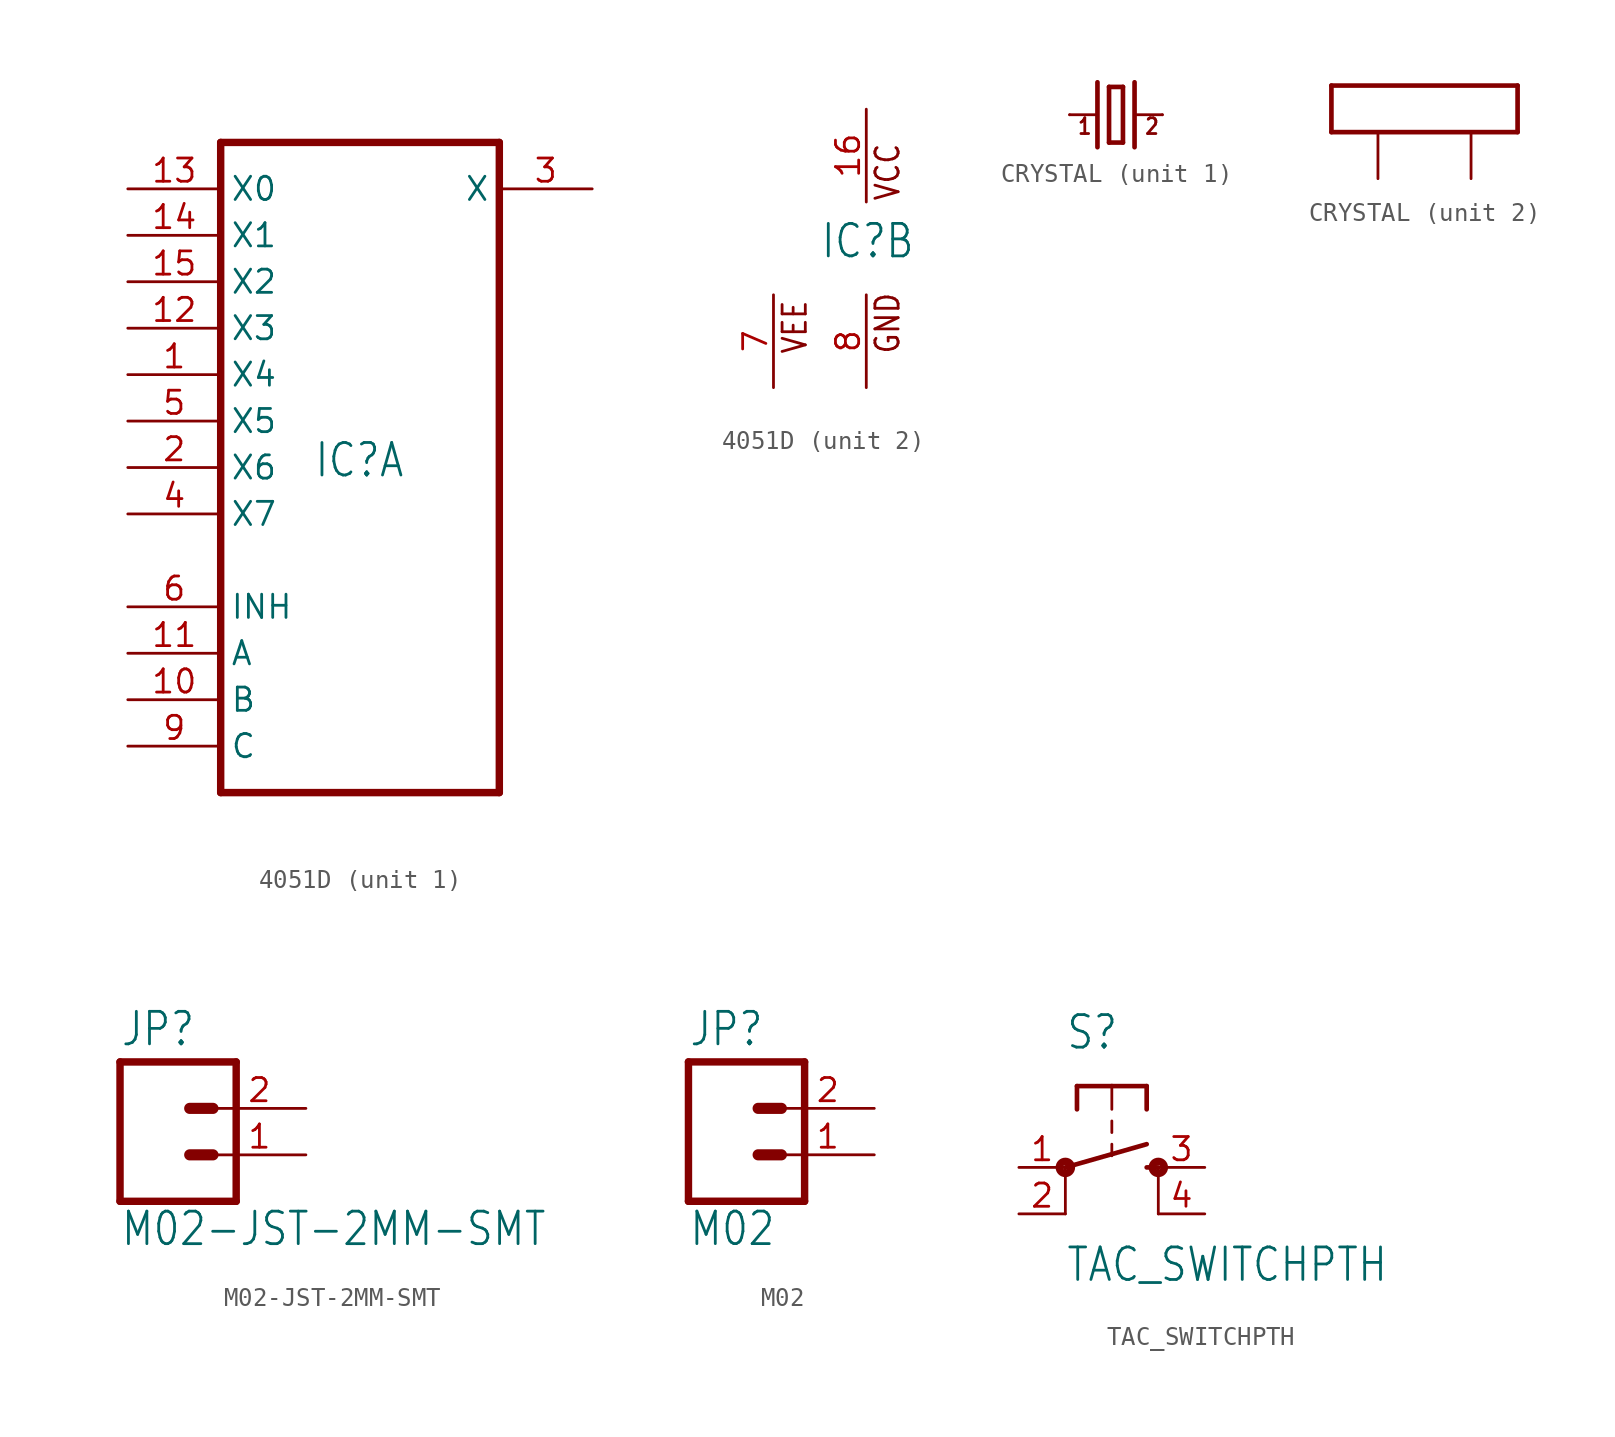
<source format=kicad_sym>
(kicad_symbol_lib
  (version 20211014)
  (generator kicad_symbol_editor)
  (symbol "4051D"
    (property "Reference" "IC"
      (at -2.54 -0.635 0)
      (effects (font (size 1.778 1.511)) (justify left bottom)))
    (property "ki_locked" ""
      (at 0 0 0)
      (effects (font (size 1.27 1.27))))
    (symbol "4051D_1_0"
      (polyline (pts (xy -7.62 -17.78) (xy 7.62 -17.78)) (stroke (width 0.406) (type default) (color 0 0 0 0)) (fill (type none)))
      (polyline (pts (xy -7.62 17.78) (xy -7.62 -17.78)) (stroke (width 0.406) (type default) (color 0 0 0 0)) (fill (type none)))
      (polyline (pts (xy 7.62 -17.78) (xy 7.62 17.78)) (stroke (width 0.406) (type default) (color 0 0 0 0)) (fill (type none)))
      (polyline (pts (xy 7.62 17.78) (xy -7.62 17.78)) (stroke (width 0.406) (type default) (color 0 0 0 0)) (fill (type none)))
      (pin bidirectional line (at -12.7 5.08 0) (length 5.08) (name "X4" (effects (font (size 1.27 1.27)))) (number "1" (effects (font (size 1.27 1.27)))))
      (pin input line (at -12.7 -12.7 0) (length 5.08) (name "B" (effects (font (size 1.27 1.27)))) (number "10" (effects (font (size 1.27 1.27)))))
      (pin input line (at -12.7 -10.16 0) (length 5.08) (name "A" (effects (font (size 1.27 1.27)))) (number "11" (effects (font (size 1.27 1.27)))))
      (pin bidirectional line (at -12.7 7.62 0) (length 5.08) (name "X3" (effects (font (size 1.27 1.27)))) (number "12" (effects (font (size 1.27 1.27)))))
      (pin bidirectional line (at -12.7 15.24 0) (length 5.08) (name "X0" (effects (font (size 1.27 1.27)))) (number "13" (effects (font (size 1.27 1.27)))))
      (pin bidirectional line (at -12.7 12.7 0) (length 5.08) (name "X1" (effects (font (size 1.27 1.27)))) (number "14" (effects (font (size 1.27 1.27)))))
      (pin bidirectional line (at -12.7 10.16 0) (length 5.08) (name "X2" (effects (font (size 1.27 1.27)))) (number "15" (effects (font (size 1.27 1.27)))))
      (pin bidirectional line (at -12.7 0 0) (length 5.08) (name "X6" (effects (font (size 1.27 1.27)))) (number "2" (effects (font (size 1.27 1.27)))))
      (pin bidirectional line (at 12.7 15.24 180) (length 5.08) (name "X" (effects (font (size 1.27 1.27)))) (number "3" (effects (font (size 1.27 1.27)))))
      (pin bidirectional line (at -12.7 -2.54 0) (length 5.08) (name "X7" (effects (font (size 1.27 1.27)))) (number "4" (effects (font (size 1.27 1.27)))))
      (pin bidirectional line (at -12.7 2.54 0) (length 5.08) (name "X5" (effects (font (size 1.27 1.27)))) (number "5" (effects (font (size 1.27 1.27)))))
      (pin input line (at -12.7 -7.62 0) (length 5.08) (name "INH" (effects (font (size 1.27 1.27)))) (number "6" (effects (font (size 1.27 1.27)))))
      (pin input line (at -12.7 -15.24 0) (length 5.08) (name "C" (effects (font (size 1.27 1.27)))) (number "9" (effects (font (size 1.27 1.27))))))
    (symbol "4051D_2_0"
      (text "GND" (at 1.905 -5.842 900) (effects (font (size 1.27 1.079)) (justify left bottom)))
      (text "VCC" (at 1.905 2.54 900) (effects (font (size 1.27 1.079)) (justify left bottom)))
      (text "VEE" (at -3.175 -5.842 900) (effects (font (size 1.27 1.079)) (justify left bottom)))
      (pin power_in line (at 0 7.62 270) (length 5.08) (name "VCC" (effects (font (size 0 0)))) (number "16" (effects (font (size 1.27 1.27)))))
      (pin power_in line (at -5.08 -7.62 90) (length 5.08) (name "VEE" (effects (font (size 0 0)))) (number "7" (effects (font (size 1.27 1.27)))))
      (pin power_in line (at 0 -7.62 90) (length 5.08) (name "GND" (effects (font (size 0 0)))) (number "8" (effects (font (size 1.27 1.27)))))))
  (symbol "CRYSTAL"
    (property "Reference" "Q"
      (at 2.54 1.016 0)
      (effects (font (size 1.778 1.511)) (justify left bottom) hide))
    (property "ki_locked" ""
      (at 0 0 0)
      (effects (font (size 1.27 1.27))))
    (symbol "CRYSTAL_1_0"
      (polyline (pts (xy -2.54 0) (xy -1.016 0)) (stroke (width 0.152) (type default) (color 0 0 0 0)) (fill (type none)))
      (polyline (pts (xy -1.016 1.778) (xy -1.016 -1.778)) (stroke (width 0.254) (type default) (color 0 0 0 0)) (fill (type none)))
      (polyline (pts (xy -0.381 -1.524) (xy 0.381 -1.524)) (stroke (width 0.254) (type default) (color 0 0 0 0)) (fill (type none)))
      (polyline (pts (xy -0.381 1.524) (xy -0.381 -1.524)) (stroke (width 0.254) (type default) (color 0 0 0 0)) (fill (type none)))
      (polyline (pts (xy 0.381 -1.524) (xy 0.381 1.524)) (stroke (width 0.254) (type default) (color 0 0 0 0)) (fill (type none)))
      (polyline (pts (xy 0.381 1.524) (xy -0.381 1.524)) (stroke (width 0.254) (type default) (color 0 0 0 0)) (fill (type none)))
      (polyline (pts (xy 1.016 0) (xy 2.54 0)) (stroke (width 0.152) (type default) (color 0 0 0 0)) (fill (type none)))
      (polyline (pts (xy 1.016 1.778) (xy 1.016 -1.778)) (stroke (width 0.254) (type default) (color 0 0 0 0)) (fill (type none)))
      (text "1" (at -2.159 -1.143 0) (effects (font (size 0.864 0.734)) (justify left bottom)))
      (text "2" (at 1.524 -1.143 0) (effects (font (size 0.864 0.734)) (justify left bottom)))
      (pin passive line (at -2.54 0 0) (length 0) (name "1" (effects (font (size 0 0)))) (number "1" (effects (font (size 0 0)))))
      (pin passive line (at 2.54 0 180) (length 0) (name "2" (effects (font (size 0 0)))) (number "3" (effects (font (size 0 0))))))
    (symbol "CRYSTAL_2_0"
      (polyline (pts (xy -2.54 0) (xy 7.62 0)) (stroke (width 0.254) (type default) (color 0 0 0 0)) (fill (type none)))
      (polyline (pts (xy -2.54 2.54) (xy -2.54 0)) (stroke (width 0.254) (type default) (color 0 0 0 0)) (fill (type none)))
      (polyline (pts (xy 7.62 0) (xy 7.62 2.54)) (stroke (width 0.254) (type default) (color 0 0 0 0)) (fill (type none)))
      (polyline (pts (xy 7.62 2.54) (xy -2.54 2.54)) (stroke (width 0.254) (type default) (color 0 0 0 0)) (fill (type none)))
      (pin power_in line (at 0 -2.54 90) (length 2.54) (name "LID1" (effects (font (size 0 0)))) (number "2" (effects (font (size 0 0)))))
      (pin power_in line (at 5.08 -2.54 90) (length 2.54) (name "LID2" (effects (font (size 0 0)))) (number "4" (effects (font (size 0 0)))))))
  (symbol "M02-JST-2MM-SMT"
    (property "Reference" "JP"
      (at -2.54 5.842 0)
      (effects (font (size 1.778 1.511)) (justify left bottom)))
    (property "Value" "M02-JST-2MM-SMT"
      (at -2.54 -5.08 0)
      (effects (font (size 1.778 1.511)) (justify left bottom)))
    (property "ki_locked" ""
      (at 0 0 0)
      (effects (font (size 1.27 1.27))))
    (symbol "M02-JST-2MM-SMT_1_0"
      (polyline (pts (xy -2.54 5.08) (xy -2.54 -2.54)) (stroke (width 0.406) (type default) (color 0 0 0 0)) (fill (type none)))
      (polyline (pts (xy -2.54 5.08) (xy 3.81 5.08)) (stroke (width 0.406) (type default) (color 0 0 0 0)) (fill (type none)))
      (polyline (pts (xy 1.27 0) (xy 2.54 0)) (stroke (width 0.61) (type default) (color 0 0 0 0)) (fill (type none)))
      (polyline (pts (xy 1.27 2.54) (xy 2.54 2.54)) (stroke (width 0.61) (type default) (color 0 0 0 0)) (fill (type none)))
      (polyline (pts (xy 3.81 -2.54) (xy -2.54 -2.54)) (stroke (width 0.406) (type default) (color 0 0 0 0)) (fill (type none)))
      (polyline (pts (xy 3.81 -2.54) (xy 3.81 5.08)) (stroke (width 0.406) (type default) (color 0 0 0 0)) (fill (type none)))
      (pin passive line (at 7.62 0 180) (length 5.08) (name "1" (effects (font (size 0 0)))) (number "1" (effects (font (size 1.27 1.27)))))
      (pin passive line (at 7.62 2.54 180) (length 5.08) (name "2" (effects (font (size 0 0)))) (number "2" (effects (font (size 1.27 1.27)))))))
  (symbol "M02"
    (property "Reference" "JP"
      (at -2.54 5.842 0)
      (effects (font (size 1.778 1.511)) (justify left bottom)))
    (property "Value" "M02"
      (at -2.54 -5.08 0)
      (effects (font (size 1.778 1.511)) (justify left bottom)))
    (property "ki_locked" ""
      (at 0 0 0)
      (effects (font (size 1.27 1.27))))
    (symbol "M02_1_0"
      (polyline (pts (xy -2.54 5.08) (xy -2.54 -2.54)) (stroke (width 0.406) (type default) (color 0 0 0 0)) (fill (type none)))
      (polyline (pts (xy -2.54 5.08) (xy 3.81 5.08)) (stroke (width 0.406) (type default) (color 0 0 0 0)) (fill (type none)))
      (polyline (pts (xy 1.27 0) (xy 2.54 0)) (stroke (width 0.61) (type default) (color 0 0 0 0)) (fill (type none)))
      (polyline (pts (xy 1.27 2.54) (xy 2.54 2.54)) (stroke (width 0.61) (type default) (color 0 0 0 0)) (fill (type none)))
      (polyline (pts (xy 3.81 -2.54) (xy -2.54 -2.54)) (stroke (width 0.406) (type default) (color 0 0 0 0)) (fill (type none)))
      (polyline (pts (xy 3.81 -2.54) (xy 3.81 5.08)) (stroke (width 0.406) (type default) (color 0 0 0 0)) (fill (type none)))
      (pin passive line (at 7.62 0 180) (length 5.08) (name "1" (effects (font (size 0 0)))) (number "1" (effects (font (size 1.27 1.27)))))
      (pin passive line (at 7.62 2.54 180) (length 5.08) (name "2" (effects (font (size 0 0)))) (number "2" (effects (font (size 1.27 1.27)))))))
  (symbol "TAC_SWITCHPTH"
    (property "Reference" "S"
      (at -2.54 6.35 0)
      (effects (font (size 1.778 1.511)) (justify left bottom)))
    (property "Value" "TAC_SWITCHPTH"
      (at -2.54 -6.35 0)
      (effects (font (size 1.778 1.511)) (justify left bottom)))
    (property "ki_locked" ""
      (at 0 0 0)
      (effects (font (size 1.27 1.27))))
    (symbol "TAC_SWITCHPTH_1_0"
      (circle (center -2.54 0) (radius 0.127) (stroke (width 0.406) (type default) (color 0 0 0 0)) (fill (type none)))
      (polyline (pts (xy -2.54 -2.54) (xy -2.54 0)) (stroke (width 0.152) (type default) (color 0 0 0 0)) (fill (type none)))
      (polyline (pts (xy -2.54 0) (xy 1.905 1.27)) (stroke (width 0.254) (type default) (color 0 0 0 0)) (fill (type none)))
      (polyline (pts (xy -1.905 4.445) (xy -1.905 3.175)) (stroke (width 0.254) (type default) (color 0 0 0 0)) (fill (type none)))
      (polyline (pts (xy 0 1.27) (xy 0 0.635)) (stroke (width 0.152) (type default) (color 0 0 0 0)) (fill (type none)))
      (polyline (pts (xy 0 2.54) (xy 0 1.905)) (stroke (width 0.152) (type default) (color 0 0 0 0)) (fill (type none)))
      (polyline (pts (xy 0 4.445) (xy -1.905 4.445)) (stroke (width 0.254) (type default) (color 0 0 0 0)) (fill (type none)))
      (polyline (pts (xy 0 4.445) (xy 0 3.175)) (stroke (width 0.152) (type default) (color 0 0 0 0)) (fill (type none)))
      (polyline (pts (xy 1.905 0) (xy 2.54 0)) (stroke (width 0.254) (type default) (color 0 0 0 0)) (fill (type none)))
      (polyline (pts (xy 1.905 4.445) (xy 0 4.445)) (stroke (width 0.254) (type default) (color 0 0 0 0)) (fill (type none)))
      (polyline (pts (xy 1.905 4.445) (xy 1.905 3.175)) (stroke (width 0.254) (type default) (color 0 0 0 0)) (fill (type none)))
      (polyline (pts (xy 2.54 -2.54) (xy 2.54 0)) (stroke (width 0.152) (type default) (color 0 0 0 0)) (fill (type none)))
      (circle (center 2.54 0) (radius 0.127) (stroke (width 0.406) (type default) (color 0 0 0 0)) (fill (type none)))
      (pin passive line (at -5.08 0 0) (length 2.54) (name "1" (effects (font (size 0 0)))) (number "1" (effects (font (size 1.27 1.27)))))
      (pin passive line (at -5.08 -2.54 0) (length 2.54) (name "2" (effects (font (size 0 0)))) (number "2" (effects (font (size 1.27 1.27)))))
      (pin passive line (at 5.08 0 180) (length 2.54) (name "3" (effects (font (size 0 0)))) (number "3" (effects (font (size 1.27 1.27)))))
      (pin passive line (at 5.08 -2.54 180) (length 2.54) (name "4" (effects (font (size 0 0)))) (number "4" (effects (font (size 1.27 1.27))))))))
</source>
